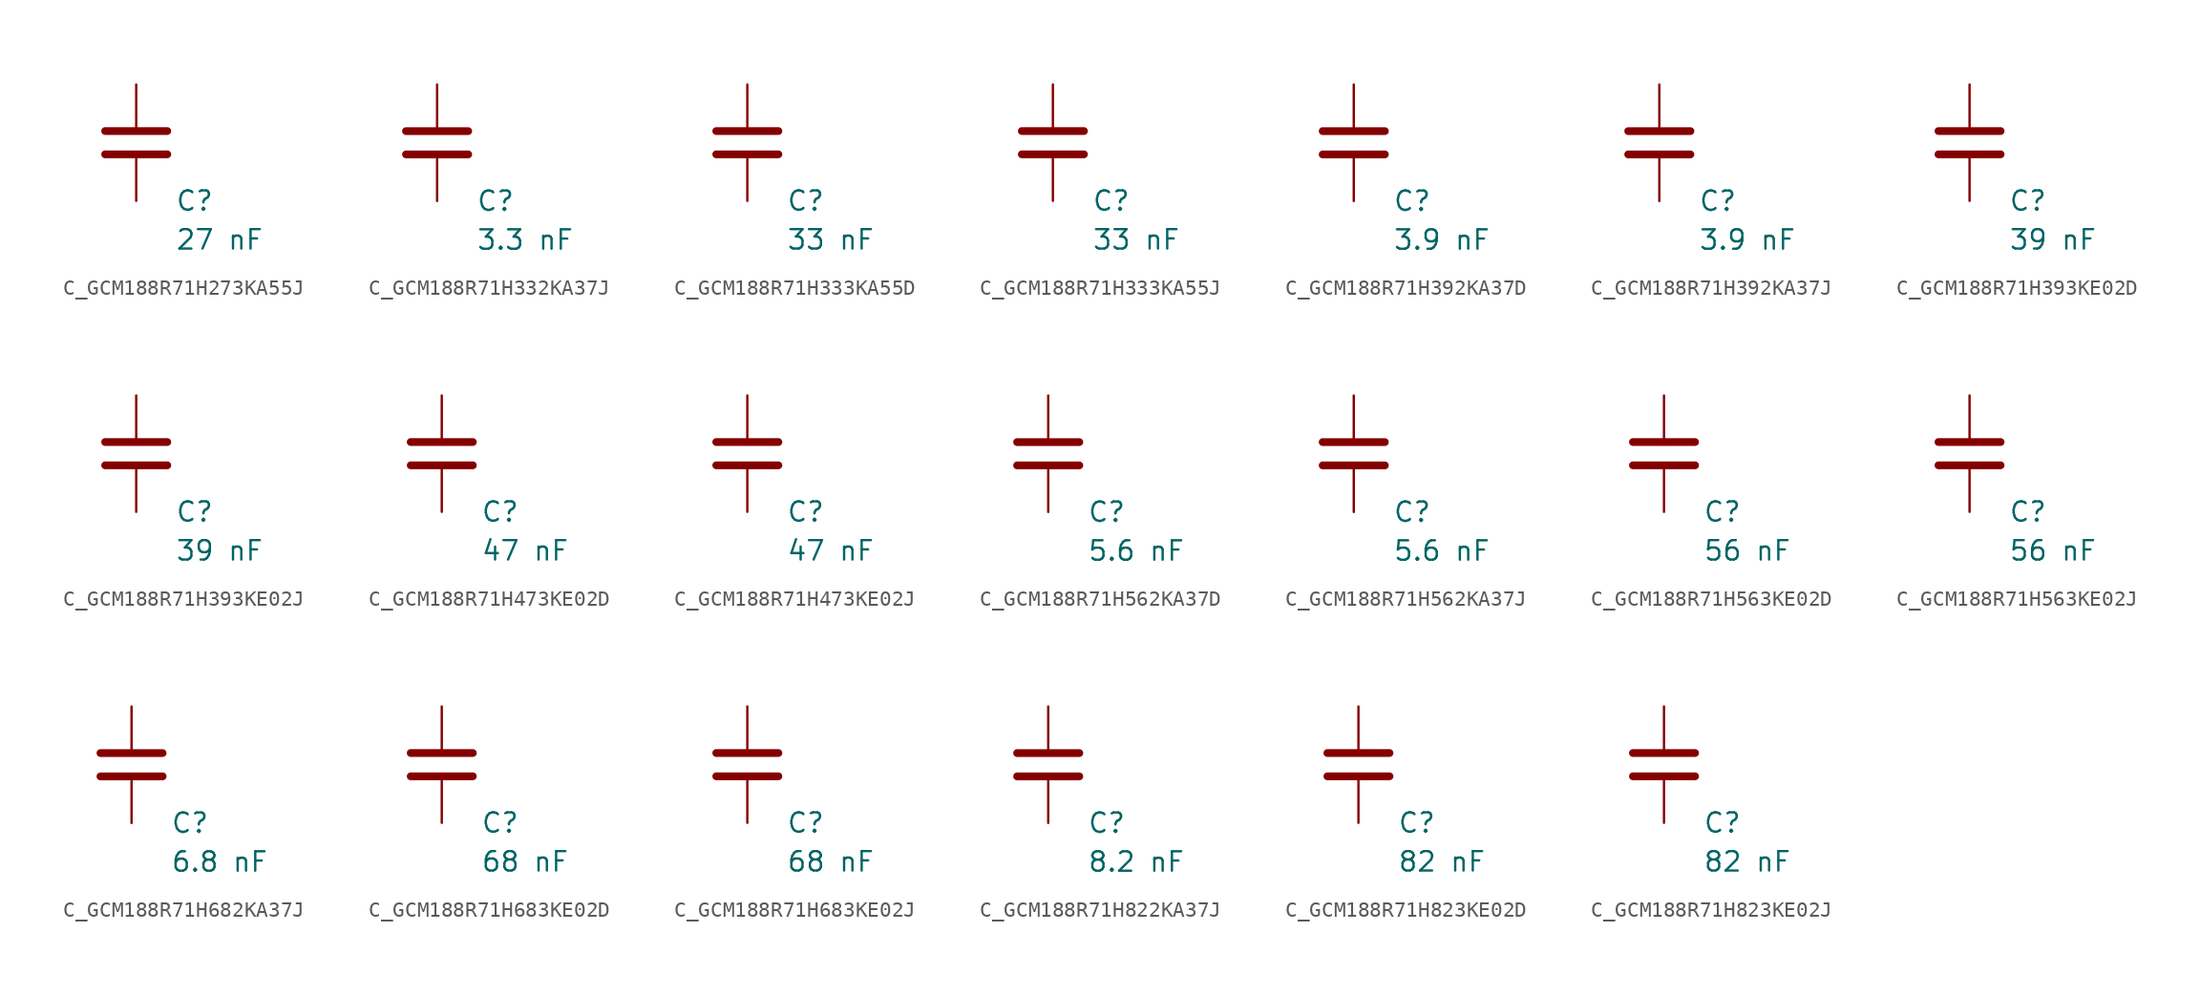
<source format=kicad_sym>
(kicad_symbol_lib
  (version 20231120)
  (generator "kicad_symbol_editor")
  (generator_version "8.0")
  (symbol "C_GCM188R71H273KA55J"
    (pin_numbers hide)
    (pin_names
      (offset 0.254))
    (property "Reference" "C"
      (at 2.54 -3.81 0)
      (effects (font (size 1.27 1.27)) (justify left))
      (show_name no))
    (property "Value" "27 nF"
      (at 2.54 -6.35 0)
      (effects (font (size 1.27 1.27)) (justify left))
      (show_name no))
    (symbol "C_GCM188R71H273KA55J_0_1"
      (polyline (pts (xy -2.032 -0.762) (xy 2.032 -0.762)) (stroke (width 0.508) (type default)) (fill (type none)))
      (polyline (pts (xy -2.032 0.762) (xy 2.032 0.762)) (stroke (width 0.508) (type default)) (fill (type none))))
    (symbol "C_GCM188R71H273KA55J_1_1"
      (pin passive line (at 0 3.81 270) (length 2.794) (name "~" (effects (font (size 1.27 1.27)))) (number "1" (effects (font (size 1.27 1.27)))))
      (pin passive line (at 0 -3.81 90) (length 2.794) (name "~" (effects (font (size 1.27 1.27)))) (number "2" (effects (font (size 1.27 1.27)))))))
  (symbol "C_GCM188R71H332KA37J"
    (pin_numbers hide)
    (pin_names
      (offset 0.254))
    (property "Reference" "C"
      (at 2.54 -3.81 0)
      (effects (font (size 1.27 1.27)) (justify left))
      (show_name no))
    (property "Value" "3.3 nF"
      (at 2.54 -6.35 0)
      (effects (font (size 1.27 1.27)) (justify left))
      (show_name no))
    (symbol "C_GCM188R71H332KA37J_0_1"
      (polyline (pts (xy -2.032 -0.762) (xy 2.032 -0.762)) (stroke (width 0.508) (type default)) (fill (type none)))
      (polyline (pts (xy -2.032 0.762) (xy 2.032 0.762)) (stroke (width 0.508) (type default)) (fill (type none))))
    (symbol "C_GCM188R71H332KA37J_1_1"
      (pin passive line (at 0 3.81 270) (length 2.794) (name "~" (effects (font (size 1.27 1.27)))) (number "1" (effects (font (size 1.27 1.27)))))
      (pin passive line (at 0 -3.81 90) (length 2.794) (name "~" (effects (font (size 1.27 1.27)))) (number "2" (effects (font (size 1.27 1.27)))))))
  (symbol "C_GCM188R71H333KA55D"
    (pin_numbers hide)
    (pin_names
      (offset 0.254))
    (property "Reference" "C"
      (at 2.54 -3.81 0)
      (effects (font (size 1.27 1.27)) (justify left))
      (show_name no))
    (property "Value" "33 nF"
      (at 2.54 -6.35 0)
      (effects (font (size 1.27 1.27)) (justify left))
      (show_name no))
    (symbol "C_GCM188R71H333KA55D_0_1"
      (polyline (pts (xy -2.032 -0.762) (xy 2.032 -0.762)) (stroke (width 0.508) (type default)) (fill (type none)))
      (polyline (pts (xy -2.032 0.762) (xy 2.032 0.762)) (stroke (width 0.508) (type default)) (fill (type none))))
    (symbol "C_GCM188R71H333KA55D_1_1"
      (pin passive line (at 0 3.81 270) (length 2.794) (name "~" (effects (font (size 1.27 1.27)))) (number "1" (effects (font (size 1.27 1.27)))))
      (pin passive line (at 0 -3.81 90) (length 2.794) (name "~" (effects (font (size 1.27 1.27)))) (number "2" (effects (font (size 1.27 1.27)))))))
  (symbol "C_GCM188R71H333KA55J"
    (pin_numbers hide)
    (pin_names
      (offset 0.254))
    (property "Reference" "C"
      (at 2.54 -3.81 0)
      (effects (font (size 1.27 1.27)) (justify left))
      (show_name no))
    (property "Value" "33 nF"
      (at 2.54 -6.35 0)
      (effects (font (size 1.27 1.27)) (justify left))
      (show_name no))
    (symbol "C_GCM188R71H333KA55J_0_1"
      (polyline (pts (xy -2.032 -0.762) (xy 2.032 -0.762)) (stroke (width 0.508) (type default)) (fill (type none)))
      (polyline (pts (xy -2.032 0.762) (xy 2.032 0.762)) (stroke (width 0.508) (type default)) (fill (type none))))
    (symbol "C_GCM188R71H333KA55J_1_1"
      (pin passive line (at 0 3.81 270) (length 2.794) (name "~" (effects (font (size 1.27 1.27)))) (number "1" (effects (font (size 1.27 1.27)))))
      (pin passive line (at 0 -3.81 90) (length 2.794) (name "~" (effects (font (size 1.27 1.27)))) (number "2" (effects (font (size 1.27 1.27)))))))
  (symbol "C_GCM188R71H392KA37D"
    (pin_numbers hide)
    (pin_names
      (offset 0.254))
    (property "Reference" "C"
      (at 2.54 -3.81 0)
      (effects (font (size 1.27 1.27)) (justify left))
      (show_name no))
    (property "Value" "3.9 nF"
      (at 2.54 -6.35 0)
      (effects (font (size 1.27 1.27)) (justify left))
      (show_name no))
    (symbol "C_GCM188R71H392KA37D_0_1"
      (polyline (pts (xy -2.032 -0.762) (xy 2.032 -0.762)) (stroke (width 0.508) (type default)) (fill (type none)))
      (polyline (pts (xy -2.032 0.762) (xy 2.032 0.762)) (stroke (width 0.508) (type default)) (fill (type none))))
    (symbol "C_GCM188R71H392KA37D_1_1"
      (pin passive line (at 0 3.81 270) (length 2.794) (name "~" (effects (font (size 1.27 1.27)))) (number "1" (effects (font (size 1.27 1.27)))))
      (pin passive line (at 0 -3.81 90) (length 2.794) (name "~" (effects (font (size 1.27 1.27)))) (number "2" (effects (font (size 1.27 1.27)))))))
  (symbol "C_GCM188R71H392KA37J"
    (pin_numbers hide)
    (pin_names
      (offset 0.254))
    (property "Reference" "C"
      (at 2.54 -3.81 0)
      (effects (font (size 1.27 1.27)) (justify left))
      (show_name no))
    (property "Value" "3.9 nF"
      (at 2.54 -6.35 0)
      (effects (font (size 1.27 1.27)) (justify left))
      (show_name no))
    (symbol "C_GCM188R71H392KA37J_0_1"
      (polyline (pts (xy -2.032 -0.762) (xy 2.032 -0.762)) (stroke (width 0.508) (type default)) (fill (type none)))
      (polyline (pts (xy -2.032 0.762) (xy 2.032 0.762)) (stroke (width 0.508) (type default)) (fill (type none))))
    (symbol "C_GCM188R71H392KA37J_1_1"
      (pin passive line (at 0 3.81 270) (length 2.794) (name "~" (effects (font (size 1.27 1.27)))) (number "1" (effects (font (size 1.27 1.27)))))
      (pin passive line (at 0 -3.81 90) (length 2.794) (name "~" (effects (font (size 1.27 1.27)))) (number "2" (effects (font (size 1.27 1.27)))))))
  (symbol "C_GCM188R71H393KE02D"
    (pin_numbers hide)
    (pin_names
      (offset 0.254))
    (property "Reference" "C"
      (at 2.54 -3.81 0)
      (effects (font (size 1.27 1.27)) (justify left))
      (show_name no))
    (property "Value" "39 nF"
      (at 2.54 -6.35 0)
      (effects (font (size 1.27 1.27)) (justify left))
      (show_name no))
    (symbol "C_GCM188R71H393KE02D_0_1"
      (polyline (pts (xy -2.032 -0.762) (xy 2.032 -0.762)) (stroke (width 0.508) (type default)) (fill (type none)))
      (polyline (pts (xy -2.032 0.762) (xy 2.032 0.762)) (stroke (width 0.508) (type default)) (fill (type none))))
    (symbol "C_GCM188R71H393KE02D_1_1"
      (pin passive line (at 0 3.81 270) (length 2.794) (name "~" (effects (font (size 1.27 1.27)))) (number "1" (effects (font (size 1.27 1.27)))))
      (pin passive line (at 0 -3.81 90) (length 2.794) (name "~" (effects (font (size 1.27 1.27)))) (number "2" (effects (font (size 1.27 1.27)))))))
  (symbol "C_GCM188R71H393KE02J"
    (pin_numbers hide)
    (pin_names
      (offset 0.254))
    (property "Reference" "C"
      (at 2.54 -3.81 0)
      (effects (font (size 1.27 1.27)) (justify left))
      (show_name no))
    (property "Value" "39 nF"
      (at 2.54 -6.35 0)
      (effects (font (size 1.27 1.27)) (justify left))
      (show_name no))
    (symbol "C_GCM188R71H393KE02J_0_1"
      (polyline (pts (xy -2.032 -0.762) (xy 2.032 -0.762)) (stroke (width 0.508) (type default)) (fill (type none)))
      (polyline (pts (xy -2.032 0.762) (xy 2.032 0.762)) (stroke (width 0.508) (type default)) (fill (type none))))
    (symbol "C_GCM188R71H393KE02J_1_1"
      (pin passive line (at 0 3.81 270) (length 2.794) (name "~" (effects (font (size 1.27 1.27)))) (number "1" (effects (font (size 1.27 1.27)))))
      (pin passive line (at 0 -3.81 90) (length 2.794) (name "~" (effects (font (size 1.27 1.27)))) (number "2" (effects (font (size 1.27 1.27)))))))
  (symbol "C_GCM188R71H473KE02D"
    (pin_numbers hide)
    (pin_names
      (offset 0.254))
    (property "Reference" "C"
      (at 2.54 -3.81 0)
      (effects (font (size 1.27 1.27)) (justify left))
      (show_name no))
    (property "Value" "47 nF"
      (at 2.54 -6.35 0)
      (effects (font (size 1.27 1.27)) (justify left))
      (show_name no))
    (symbol "C_GCM188R71H473KE02D_0_1"
      (polyline (pts (xy -2.032 -0.762) (xy 2.032 -0.762)) (stroke (width 0.508) (type default)) (fill (type none)))
      (polyline (pts (xy -2.032 0.762) (xy 2.032 0.762)) (stroke (width 0.508) (type default)) (fill (type none))))
    (symbol "C_GCM188R71H473KE02D_1_1"
      (pin passive line (at 0 3.81 270) (length 2.794) (name "~" (effects (font (size 1.27 1.27)))) (number "1" (effects (font (size 1.27 1.27)))))
      (pin passive line (at 0 -3.81 90) (length 2.794) (name "~" (effects (font (size 1.27 1.27)))) (number "2" (effects (font (size 1.27 1.27)))))))
  (symbol "C_GCM188R71H473KE02J"
    (pin_numbers hide)
    (pin_names
      (offset 0.254))
    (property "Reference" "C"
      (at 2.54 -3.81 0)
      (effects (font (size 1.27 1.27)) (justify left))
      (show_name no))
    (property "Value" "47 nF"
      (at 2.54 -6.35 0)
      (effects (font (size 1.27 1.27)) (justify left))
      (show_name no))
    (symbol "C_GCM188R71H473KE02J_0_1"
      (polyline (pts (xy -2.032 -0.762) (xy 2.032 -0.762)) (stroke (width 0.508) (type default)) (fill (type none)))
      (polyline (pts (xy -2.032 0.762) (xy 2.032 0.762)) (stroke (width 0.508) (type default)) (fill (type none))))
    (symbol "C_GCM188R71H473KE02J_1_1"
      (pin passive line (at 0 3.81 270) (length 2.794) (name "~" (effects (font (size 1.27 1.27)))) (number "1" (effects (font (size 1.27 1.27)))))
      (pin passive line (at 0 -3.81 90) (length 2.794) (name "~" (effects (font (size 1.27 1.27)))) (number "2" (effects (font (size 1.27 1.27)))))))
  (symbol "C_GCM188R71H562KA37D"
    (pin_numbers hide)
    (pin_names
      (offset 0.254))
    (property "Reference" "C"
      (at 2.54 -3.81 0)
      (effects (font (size 1.27 1.27)) (justify left))
      (show_name no))
    (property "Value" "5.6 nF"
      (at 2.54 -6.35 0)
      (effects (font (size 1.27 1.27)) (justify left))
      (show_name no))
    (symbol "C_GCM188R71H562KA37D_0_1"
      (polyline (pts (xy -2.032 -0.762) (xy 2.032 -0.762)) (stroke (width 0.508) (type default)) (fill (type none)))
      (polyline (pts (xy -2.032 0.762) (xy 2.032 0.762)) (stroke (width 0.508) (type default)) (fill (type none))))
    (symbol "C_GCM188R71H562KA37D_1_1"
      (pin passive line (at 0 3.81 270) (length 2.794) (name "~" (effects (font (size 1.27 1.27)))) (number "1" (effects (font (size 1.27 1.27)))))
      (pin passive line (at 0 -3.81 90) (length 2.794) (name "~" (effects (font (size 1.27 1.27)))) (number "2" (effects (font (size 1.27 1.27)))))))
  (symbol "C_GCM188R71H562KA37J"
    (pin_numbers hide)
    (pin_names
      (offset 0.254))
    (property "Reference" "C"
      (at 2.54 -3.81 0)
      (effects (font (size 1.27 1.27)) (justify left))
      (show_name no))
    (property "Value" "5.6 nF"
      (at 2.54 -6.35 0)
      (effects (font (size 1.27 1.27)) (justify left))
      (show_name no))
    (symbol "C_GCM188R71H562KA37J_0_1"
      (polyline (pts (xy -2.032 -0.762) (xy 2.032 -0.762)) (stroke (width 0.508) (type default)) (fill (type none)))
      (polyline (pts (xy -2.032 0.762) (xy 2.032 0.762)) (stroke (width 0.508) (type default)) (fill (type none))))
    (symbol "C_GCM188R71H562KA37J_1_1"
      (pin passive line (at 0 3.81 270) (length 2.794) (name "~" (effects (font (size 1.27 1.27)))) (number "1" (effects (font (size 1.27 1.27)))))
      (pin passive line (at 0 -3.81 90) (length 2.794) (name "~" (effects (font (size 1.27 1.27)))) (number "2" (effects (font (size 1.27 1.27)))))))
  (symbol "C_GCM188R71H563KE02D"
    (pin_numbers hide)
    (pin_names
      (offset 0.254))
    (property "Reference" "C"
      (at 2.54 -3.81 0)
      (effects (font (size 1.27 1.27)) (justify left))
      (show_name no))
    (property "Value" "56 nF"
      (at 2.54 -6.35 0)
      (effects (font (size 1.27 1.27)) (justify left))
      (show_name no))
    (symbol "C_GCM188R71H563KE02D_0_1"
      (polyline (pts (xy -2.032 -0.762) (xy 2.032 -0.762)) (stroke (width 0.508) (type default)) (fill (type none)))
      (polyline (pts (xy -2.032 0.762) (xy 2.032 0.762)) (stroke (width 0.508) (type default)) (fill (type none))))
    (symbol "C_GCM188R71H563KE02D_1_1"
      (pin passive line (at 0 3.81 270) (length 2.794) (name "~" (effects (font (size 1.27 1.27)))) (number "1" (effects (font (size 1.27 1.27)))))
      (pin passive line (at 0 -3.81 90) (length 2.794) (name "~" (effects (font (size 1.27 1.27)))) (number "2" (effects (font (size 1.27 1.27)))))))
  (symbol "C_GCM188R71H563KE02J"
    (pin_numbers hide)
    (pin_names
      (offset 0.254))
    (property "Reference" "C"
      (at 2.54 -3.81 0)
      (effects (font (size 1.27 1.27)) (justify left))
      (show_name no))
    (property "Value" "56 nF"
      (at 2.54 -6.35 0)
      (effects (font (size 1.27 1.27)) (justify left))
      (show_name no))
    (symbol "C_GCM188R71H563KE02J_0_1"
      (polyline (pts (xy -2.032 -0.762) (xy 2.032 -0.762)) (stroke (width 0.508) (type default)) (fill (type none)))
      (polyline (pts (xy -2.032 0.762) (xy 2.032 0.762)) (stroke (width 0.508) (type default)) (fill (type none))))
    (symbol "C_GCM188R71H563KE02J_1_1"
      (pin passive line (at 0 3.81 270) (length 2.794) (name "~" (effects (font (size 1.27 1.27)))) (number "1" (effects (font (size 1.27 1.27)))))
      (pin passive line (at 0 -3.81 90) (length 2.794) (name "~" (effects (font (size 1.27 1.27)))) (number "2" (effects (font (size 1.27 1.27)))))))
  (symbol "C_GCM188R71H682KA37J"
    (pin_numbers hide)
    (pin_names
      (offset 0.254))
    (property "Reference" "C"
      (at 2.54 -3.81 0)
      (effects (font (size 1.27 1.27)) (justify left))
      (show_name no))
    (property "Value" "6.8 nF"
      (at 2.54 -6.35 0)
      (effects (font (size 1.27 1.27)) (justify left))
      (show_name no))
    (symbol "C_GCM188R71H682KA37J_0_1"
      (polyline (pts (xy -2.032 -0.762) (xy 2.032 -0.762)) (stroke (width 0.508) (type default)) (fill (type none)))
      (polyline (pts (xy -2.032 0.762) (xy 2.032 0.762)) (stroke (width 0.508) (type default)) (fill (type none))))
    (symbol "C_GCM188R71H682KA37J_1_1"
      (pin passive line (at 0 3.81 270) (length 2.794) (name "~" (effects (font (size 1.27 1.27)))) (number "1" (effects (font (size 1.27 1.27)))))
      (pin passive line (at 0 -3.81 90) (length 2.794) (name "~" (effects (font (size 1.27 1.27)))) (number "2" (effects (font (size 1.27 1.27)))))))
  (symbol "C_GCM188R71H683KE02D"
    (pin_numbers hide)
    (pin_names
      (offset 0.254))
    (property "Reference" "C"
      (at 2.54 -3.81 0)
      (effects (font (size 1.27 1.27)) (justify left))
      (show_name no))
    (property "Value" "68 nF"
      (at 2.54 -6.35 0)
      (effects (font (size 1.27 1.27)) (justify left))
      (show_name no))
    (symbol "C_GCM188R71H683KE02D_0_1"
      (polyline (pts (xy -2.032 -0.762) (xy 2.032 -0.762)) (stroke (width 0.508) (type default)) (fill (type none)))
      (polyline (pts (xy -2.032 0.762) (xy 2.032 0.762)) (stroke (width 0.508) (type default)) (fill (type none))))
    (symbol "C_GCM188R71H683KE02D_1_1"
      (pin passive line (at 0 3.81 270) (length 2.794) (name "~" (effects (font (size 1.27 1.27)))) (number "1" (effects (font (size 1.27 1.27)))))
      (pin passive line (at 0 -3.81 90) (length 2.794) (name "~" (effects (font (size 1.27 1.27)))) (number "2" (effects (font (size 1.27 1.27)))))))
  (symbol "C_GCM188R71H683KE02J"
    (pin_numbers hide)
    (pin_names
      (offset 0.254))
    (property "Reference" "C"
      (at 2.54 -3.81 0)
      (effects (font (size 1.27 1.27)) (justify left))
      (show_name no))
    (property "Value" "68 nF"
      (at 2.54 -6.35 0)
      (effects (font (size 1.27 1.27)) (justify left))
      (show_name no))
    (symbol "C_GCM188R71H683KE02J_0_1"
      (polyline (pts (xy -2.032 -0.762) (xy 2.032 -0.762)) (stroke (width 0.508) (type default)) (fill (type none)))
      (polyline (pts (xy -2.032 0.762) (xy 2.032 0.762)) (stroke (width 0.508) (type default)) (fill (type none))))
    (symbol "C_GCM188R71H683KE02J_1_1"
      (pin passive line (at 0 3.81 270) (length 2.794) (name "~" (effects (font (size 1.27 1.27)))) (number "1" (effects (font (size 1.27 1.27)))))
      (pin passive line (at 0 -3.81 90) (length 2.794) (name "~" (effects (font (size 1.27 1.27)))) (number "2" (effects (font (size 1.27 1.27)))))))
  (symbol "C_GCM188R71H822KA37J"
    (pin_numbers hide)
    (pin_names
      (offset 0.254))
    (property "Reference" "C"
      (at 2.54 -3.81 0)
      (effects (font (size 1.27 1.27)) (justify left))
      (show_name no))
    (property "Value" "8.2 nF"
      (at 2.54 -6.35 0)
      (effects (font (size 1.27 1.27)) (justify left))
      (show_name no))
    (symbol "C_GCM188R71H822KA37J_0_1"
      (polyline (pts (xy -2.032 -0.762) (xy 2.032 -0.762)) (stroke (width 0.508) (type default)) (fill (type none)))
      (polyline (pts (xy -2.032 0.762) (xy 2.032 0.762)) (stroke (width 0.508) (type default)) (fill (type none))))
    (symbol "C_GCM188R71H822KA37J_1_1"
      (pin passive line (at 0 3.81 270) (length 2.794) (name "~" (effects (font (size 1.27 1.27)))) (number "1" (effects (font (size 1.27 1.27)))))
      (pin passive line (at 0 -3.81 90) (length 2.794) (name "~" (effects (font (size 1.27 1.27)))) (number "2" (effects (font (size 1.27 1.27)))))))
  (symbol "C_GCM188R71H823KE02D"
    (pin_numbers hide)
    (pin_names
      (offset 0.254))
    (property "Reference" "C"
      (at 2.54 -3.81 0)
      (effects (font (size 1.27 1.27)) (justify left))
      (show_name no))
    (property "Value" "82 nF"
      (at 2.54 -6.35 0)
      (effects (font (size 1.27 1.27)) (justify left))
      (show_name no))
    (symbol "C_GCM188R71H823KE02D_0_1"
      (polyline (pts (xy -2.032 -0.762) (xy 2.032 -0.762)) (stroke (width 0.508) (type default)) (fill (type none)))
      (polyline (pts (xy -2.032 0.762) (xy 2.032 0.762)) (stroke (width 0.508) (type default)) (fill (type none))))
    (symbol "C_GCM188R71H823KE02D_1_1"
      (pin passive line (at 0 3.81 270) (length 2.794) (name "~" (effects (font (size 1.27 1.27)))) (number "1" (effects (font (size 1.27 1.27)))))
      (pin passive line (at 0 -3.81 90) (length 2.794) (name "~" (effects (font (size 1.27 1.27)))) (number "2" (effects (font (size 1.27 1.27)))))))
  (symbol "C_GCM188R71H823KE02J"
    (pin_numbers hide)
    (pin_names
      (offset 0.254))
    (property "Reference" "C"
      (at 2.54 -3.81 0)
      (effects (font (size 1.27 1.27)) (justify left))
      (show_name no))
    (property "Value" "82 nF"
      (at 2.54 -6.35 0)
      (effects (font (size 1.27 1.27)) (justify left))
      (show_name no))
    (symbol "C_GCM188R71H823KE02J_0_1"
      (polyline (pts (xy -2.032 -0.762) (xy 2.032 -0.762)) (stroke (width 0.508) (type default)) (fill (type none)))
      (polyline (pts (xy -2.032 0.762) (xy 2.032 0.762)) (stroke (width 0.508) (type default)) (fill (type none))))
    (symbol "C_GCM188R71H823KE02J_1_1"
      (pin passive line (at 0 3.81 270) (length 2.794) (name "~" (effects (font (size 1.27 1.27)))) (number "1" (effects (font (size 1.27 1.27)))))
      (pin passive line (at 0 -3.81 90) (length 2.794) (name "~" (effects (font (size 1.27 1.27)))) (number "2" (effects (font (size 1.27 1.27))))))))
</source>
